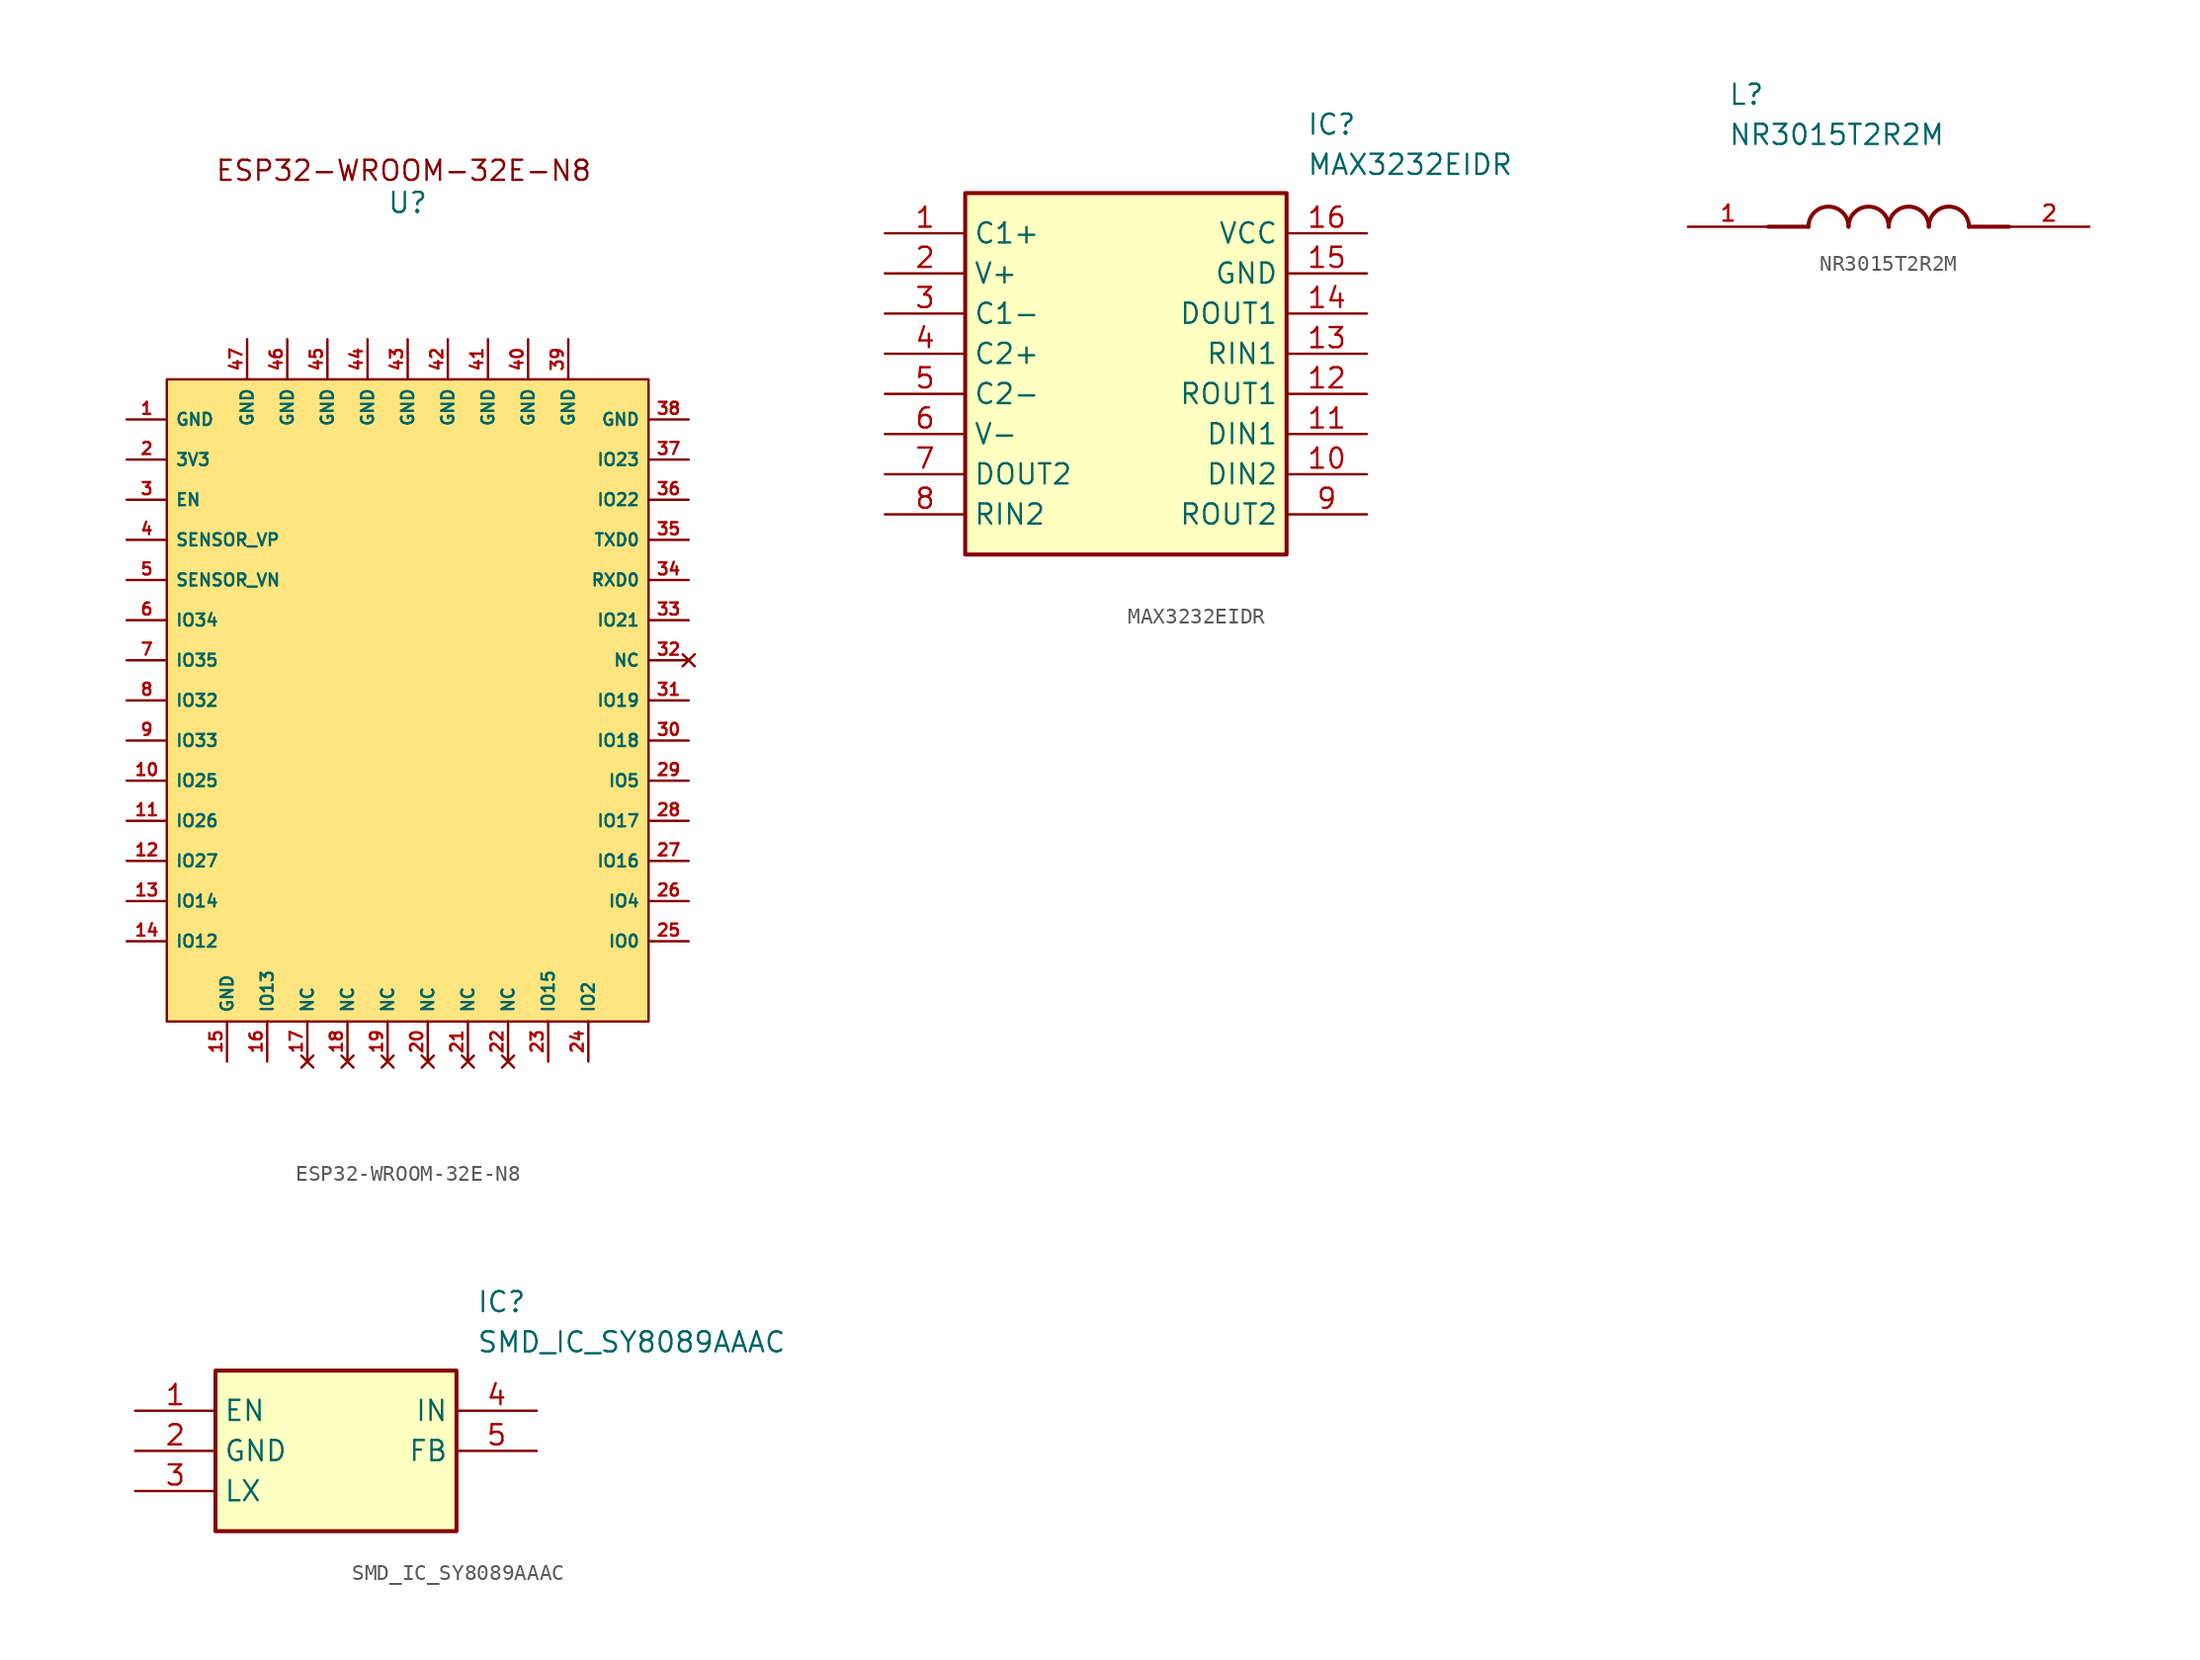
<source format=kicad_sym>
(kicad_symbol_lib
  (version 20231120)
  (generator "kicad_symbol_editor")
  (generator_version "8.0")
  (symbol "ESP32-WROOM-32E-N8"
    (property "Reference" "U"
      (at 1.27 9.906 0)
      (effects (font (size 1.27 1.27))))
    (property "Value" ""
      (at -1.27 0 0)
      (effects (font (size 1.27 1.27))))
    (symbol "ESP32-WROOM-32E-N8_1_1"
      (rectangle (start -13.97 -1.27) (end 16.51 -41.91) (stroke (width 0) (type default)) (fill (type color) (color 255 229 128 1)))
      (text "ESP32-WROOM-32E-N8" (at 1.016 11.938 0) (effects (font (size 1.27 1.27))))
      (pin power_in line (at -16.51 -3.81 0) (length 2.54) (name "GND" (effects (font (size 0.762 0.762)))) (number "1" (effects (font (size 0.762 0.762)))))
      (pin bidirectional line (at -16.51 -26.67 0) (length 2.54) (name "IO25" (effects (font (size 0.762 0.762)))) (number "10" (effects (font (size 0.762 0.762)))))
      (pin bidirectional line (at -16.51 -29.21 0) (length 2.54) (name "IO26" (effects (font (size 0.762 0.762)))) (number "11" (effects (font (size 0.762 0.762)))))
      (pin bidirectional line (at -16.51 -31.75 0) (length 2.54) (name "IO27" (effects (font (size 0.762 0.762)))) (number "12" (effects (font (size 0.762 0.762)))))
      (pin bidirectional line (at -16.51 -34.29 0) (length 2.54) (name "IO14" (effects (font (size 0.762 0.762)))) (number "13" (effects (font (size 0.762 0.762)))))
      (pin bidirectional line (at -16.51 -36.83 0) (length 2.54) (name "IO12" (effects (font (size 0.762 0.762)))) (number "14" (effects (font (size 0.762 0.762)))))
      (pin power_in line (at -10.16 -44.45 90) (length 2.54) (name "GND" (effects (font (size 0.762 0.762)))) (number "15" (effects (font (size 0.762 0.762)))))
      (pin bidirectional line (at -7.62 -44.45 90) (length 2.54) (name "IO13" (effects (font (size 0.762 0.762)))) (number "16" (effects (font (size 0.762 0.762)))))
      (pin no_connect line (at -5.08 -44.45 90) (length 2.54) (name "NC" (effects (font (size 0.762 0.762)))) (number "17" (effects (font (size 0.762 0.762)))))
      (pin no_connect line (at -2.54 -44.45 90) (length 2.54) (name "NC" (effects (font (size 0.762 0.762)))) (number "18" (effects (font (size 0.762 0.762)))))
      (pin no_connect line (at 0 -44.45 90) (length 2.54) (name "NC" (effects (font (size 0.762 0.762)))) (number "19" (effects (font (size 0.762 0.762)))))
      (pin power_in line (at -16.51 -6.35 0) (length 2.54) (name "3V3" (effects (font (size 0.762 0.762)))) (number "2" (effects (font (size 0.762 0.762)))))
      (pin no_connect line (at 2.54 -44.45 90) (length 2.54) (name "NC" (effects (font (size 0.762 0.762)))) (number "20" (effects (font (size 0.762 0.762)))))
      (pin no_connect line (at 5.08 -44.45 90) (length 2.54) (name "NC" (effects (font (size 0.762 0.762)))) (number "21" (effects (font (size 0.762 0.762)))))
      (pin no_connect line (at 7.62 -44.45 90) (length 2.54) (name "NC" (effects (font (size 0.762 0.762)))) (number "22" (effects (font (size 0.762 0.762)))))
      (pin bidirectional line (at 10.16 -44.45 90) (length 2.54) (name "IO15" (effects (font (size 0.762 0.762)))) (number "23" (effects (font (size 0.762 0.762)))))
      (pin bidirectional line (at 12.7 -44.45 90) (length 2.54) (name "IO2" (effects (font (size 0.762 0.762)))) (number "24" (effects (font (size 0.762 0.762)))))
      (pin bidirectional line (at 19.05 -36.83 180) (length 2.54) (name "IO0" (effects (font (size 0.762 0.762)))) (number "25" (effects (font (size 0.762 0.762)))))
      (pin bidirectional line (at 19.05 -34.29 180) (length 2.54) (name "IO4" (effects (font (size 0.762 0.762)))) (number "26" (effects (font (size 0.762 0.762)))))
      (pin bidirectional line (at 19.05 -31.75 180) (length 2.54) (name "IO16" (effects (font (size 0.762 0.762)))) (number "27" (effects (font (size 0.762 0.762)))))
      (pin bidirectional line (at 19.05 -29.21 180) (length 2.54) (name "IO17" (effects (font (size 0.762 0.762)))) (number "28" (effects (font (size 0.762 0.762)))))
      (pin bidirectional line (at 19.05 -26.67 180) (length 2.54) (name "IO5" (effects (font (size 0.762 0.762)))) (number "29" (effects (font (size 0.762 0.762)))))
      (pin input line (at -16.51 -8.89 0) (length 2.54) (name "EN" (effects (font (size 0.762 0.762)))) (number "3" (effects (font (size 0.762 0.762)))))
      (pin bidirectional line (at 19.05 -24.13 180) (length 2.54) (name "IO18" (effects (font (size 0.762 0.762)))) (number "30" (effects (font (size 0.762 0.762)))))
      (pin bidirectional line (at 19.05 -21.59 180) (length 2.54) (name "IO19" (effects (font (size 0.762 0.762)))) (number "31" (effects (font (size 0.762 0.762)))))
      (pin no_connect line (at 19.05 -19.05 180) (length 2.54) (name "NC" (effects (font (size 0.762 0.762)))) (number "32" (effects (font (size 0.762 0.762)))))
      (pin bidirectional line (at 19.05 -16.51 180) (length 2.54) (name "IO21" (effects (font (size 0.762 0.762)))) (number "33" (effects (font (size 0.762 0.762)))))
      (pin bidirectional line (at 19.05 -13.97 180) (length 2.54) (name "RXD0" (effects (font (size 0.762 0.762)))) (number "34" (effects (font (size 0.762 0.762)))))
      (pin bidirectional line (at 19.05 -11.43 180) (length 2.54) (name "TXD0" (effects (font (size 0.762 0.762)))) (number "35" (effects (font (size 0.762 0.762)))))
      (pin bidirectional line (at 19.05 -8.89 180) (length 2.54) (name "IO22" (effects (font (size 0.762 0.762)))) (number "36" (effects (font (size 0.762 0.762)))))
      (pin bidirectional line (at 19.05 -6.35 180) (length 2.54) (name "IO23" (effects (font (size 0.762 0.762)))) (number "37" (effects (font (size 0.762 0.762)))))
      (pin power_in line (at 19.05 -3.81 180) (length 2.54) (name "GND" (effects (font (size 0.762 0.762)))) (number "38" (effects (font (size 0.762 0.762)))))
      (pin power_in line (at 11.43 1.27 270) (length 2.54) (name "GND" (effects (font (size 0.762 0.762)))) (number "39" (effects (font (size 0.762 0.762)))))
      (pin input line (at -16.51 -11.43 0) (length 2.54) (name "SENSOR_VP" (effects (font (size 0.762 0.762)))) (number "4" (effects (font (size 0.762 0.762)))))
      (pin power_in line (at 8.89 1.27 270) (length 2.54) (name "GND" (effects (font (size 0.762 0.762)))) (number "40" (effects (font (size 0.762 0.762)))))
      (pin power_in line (at 6.35 1.27 270) (length 2.54) (name "GND" (effects (font (size 0.762 0.762)))) (number "41" (effects (font (size 0.762 0.762)))))
      (pin power_in line (at 3.81 1.27 270) (length 2.54) (name "GND" (effects (font (size 0.762 0.762)))) (number "42" (effects (font (size 0.762 0.762)))))
      (pin power_in line (at 1.27 1.27 270) (length 2.54) (name "GND" (effects (font (size 0.762 0.762)))) (number "43" (effects (font (size 0.762 0.762)))))
      (pin power_in line (at -1.27 1.27 270) (length 2.54) (name "GND" (effects (font (size 0.762 0.762)))) (number "44" (effects (font (size 0.762 0.762)))))
      (pin power_in line (at -3.81 1.27 270) (length 2.54) (name "GND" (effects (font (size 0.762 0.762)))) (number "45" (effects (font (size 0.762 0.762)))))
      (pin power_in line (at -6.35 1.27 270) (length 2.54) (name "GND" (effects (font (size 0.762 0.762)))) (number "46" (effects (font (size 0.762 0.762)))))
      (pin power_in line (at -8.89 1.27 270) (length 2.54) (name "GND" (effects (font (size 0.762 0.762)))) (number "47" (effects (font (size 0.762 0.762)))))
      (pin input line (at -16.51 -13.97 0) (length 2.54) (name "SENSOR_VN" (effects (font (size 0.762 0.762)))) (number "5" (effects (font (size 0.762 0.762)))))
      (pin input line (at -16.51 -16.51 0) (length 2.54) (name "IO34" (effects (font (size 0.762 0.762)))) (number "6" (effects (font (size 0.762 0.762)))))
      (pin input line (at -16.51 -19.05 0) (length 2.54) (name "IO35" (effects (font (size 0.762 0.762)))) (number "7" (effects (font (size 0.762 0.762)))))
      (pin bidirectional line (at -16.51 -21.59 0) (length 2.54) (name "IO32" (effects (font (size 0.762 0.762)))) (number "8" (effects (font (size 0.762 0.762)))))
      (pin bidirectional line (at -16.51 -24.13 0) (length 2.54) (name "IO33" (effects (font (size 0.762 0.762)))) (number "9" (effects (font (size 0.762 0.762)))))))
  (symbol "MAX3232EIDR"
    (property "Reference" "IC"
      (at 26.67 7.62 0)
      (effects (font (size 1.27 1.27)) (justify left top)))
    (property "Value" "MAX3232EIDR"
      (at 26.67 5.08 0)
      (effects (font (size 1.27 1.27)) (justify left top)))
    (symbol "MAX3232EIDR_1_1"
      (rectangle (start 5.08 2.54) (end 25.4 -20.32) (stroke (width 0.254) (type default)) (fill (type background)))
      (pin passive line (at 0 0 0) (length 5.08) (name "C1+" (effects (font (size 1.27 1.27)))) (number "1" (effects (font (size 1.27 1.27)))))
      (pin passive line (at 30.48 -15.24 180) (length 5.08) (name "DIN2" (effects (font (size 1.27 1.27)))) (number "10" (effects (font (size 1.27 1.27)))))
      (pin passive line (at 30.48 -12.7 180) (length 5.08) (name "DIN1" (effects (font (size 1.27 1.27)))) (number "11" (effects (font (size 1.27 1.27)))))
      (pin passive line (at 30.48 -10.16 180) (length 5.08) (name "ROUT1" (effects (font (size 1.27 1.27)))) (number "12" (effects (font (size 1.27 1.27)))))
      (pin passive line (at 30.48 -7.62 180) (length 5.08) (name "RIN1" (effects (font (size 1.27 1.27)))) (number "13" (effects (font (size 1.27 1.27)))))
      (pin passive line (at 30.48 -5.08 180) (length 5.08) (name "DOUT1" (effects (font (size 1.27 1.27)))) (number "14" (effects (font (size 1.27 1.27)))))
      (pin passive line (at 30.48 -2.54 180) (length 5.08) (name "GND" (effects (font (size 1.27 1.27)))) (number "15" (effects (font (size 1.27 1.27)))))
      (pin passive line (at 30.48 0 180) (length 5.08) (name "VCC" (effects (font (size 1.27 1.27)))) (number "16" (effects (font (size 1.27 1.27)))))
      (pin passive line (at 0 -2.54 0) (length 5.08) (name "V+" (effects (font (size 1.27 1.27)))) (number "2" (effects (font (size 1.27 1.27)))))
      (pin passive line (at 0 -5.08 0) (length 5.08) (name "C1-" (effects (font (size 1.27 1.27)))) (number "3" (effects (font (size 1.27 1.27)))))
      (pin passive line (at 0 -7.62 0) (length 5.08) (name "C2+" (effects (font (size 1.27 1.27)))) (number "4" (effects (font (size 1.27 1.27)))))
      (pin passive line (at 0 -10.16 0) (length 5.08) (name "C2-" (effects (font (size 1.27 1.27)))) (number "5" (effects (font (size 1.27 1.27)))))
      (pin passive line (at 0 -12.7 0) (length 5.08) (name "V-" (effects (font (size 1.27 1.27)))) (number "6" (effects (font (size 1.27 1.27)))))
      (pin passive line (at 0 -15.24 0) (length 5.08) (name "DOUT2" (effects (font (size 1.27 1.27)))) (number "7" (effects (font (size 1.27 1.27)))))
      (pin passive line (at 0 -17.78 0) (length 5.08) (name "RIN2" (effects (font (size 1.27 1.27)))) (number "8" (effects (font (size 1.27 1.27)))))
      (pin passive line (at 30.48 -17.78 180) (length 5.08) (name "ROUT2" (effects (font (size 1.27 1.27)))) (number "9" (effects (font (size 1.27 1.27)))))))
  (symbol "NR3015T2R2M"
    (pin_names
      (offset 1.016))
    (property "Reference" "L"
      (at -10.16 7.62 0)
      (effects (font (size 1.27 1.27)) (justify left bottom)))
    (property "Value" "NR3015T2R2M"
      (at -10.16 5.08 0)
      (effects (font (size 1.27 1.27)) (justify left bottom)))
    (symbol "NR3015T2R2M_0_0"
      (arc (start -2.54 0) (mid -3.81 1.2645) (end -5.08 0) (stroke (width 0.254) (type default)) (fill (type none)))
      (arc (start 0 0) (mid -1.27 1.2645) (end -2.54 0) (stroke (width 0.254) (type default)) (fill (type none)))
      (polyline (pts (xy -5.08 0) (xy -7.62 0)) (stroke (width 0.254) (type default)) (fill (type none)))
      (polyline (pts (xy 5.08 0) (xy 7.62 0)) (stroke (width 0.254) (type default)) (fill (type none)))
      (arc (start 2.54 0) (mid 1.27 1.2645) (end 0 0) (stroke (width 0.254) (type default)) (fill (type none)))
      (arc (start 5.08 0) (mid 3.81 1.2645) (end 2.54 0) (stroke (width 0.254) (type default)) (fill (type none)))
      (pin passive line (at -12.7 0 0) (length 5.08) (name "~" (effects (font (size 1.016 1.016)))) (number "1" (effects (font (size 1.016 1.016)))))
      (pin passive line (at 12.7 0 180) (length 5.08) (name "~" (effects (font (size 1.016 1.016)))) (number "2" (effects (font (size 1.016 1.016)))))))
  (symbol "SMD_IC_SY8089AAAC"
    (property "Reference" "IC"
      (at 21.59 7.62 0)
      (effects (font (size 1.27 1.27)) (justify left top)))
    (property "Value" "SMD_IC_SY8089AAAC"
      (at 21.59 5.08 0)
      (effects (font (size 1.27 1.27)) (justify left top)))
    (symbol "SMD_IC_SY8089AAAC_1_1"
      (rectangle (start 5.08 2.54) (end 20.32 -7.62) (stroke (width 0.254) (type default)) (fill (type background)))
      (pin passive line (at 0 0 0) (length 5.08) (name "EN" (effects (font (size 1.27 1.27)))) (number "1" (effects (font (size 1.27 1.27)))))
      (pin passive line (at 0 -2.54 0) (length 5.08) (name "GND" (effects (font (size 1.27 1.27)))) (number "2" (effects (font (size 1.27 1.27)))))
      (pin passive line (at 0 -5.08 0) (length 5.08) (name "LX" (effects (font (size 1.27 1.27)))) (number "3" (effects (font (size 1.27 1.27)))))
      (pin passive line (at 25.4 0 180) (length 5.08) (name "IN" (effects (font (size 1.27 1.27)))) (number "4" (effects (font (size 1.27 1.27)))))
      (pin passive line (at 25.4 -2.54 180) (length 5.08) (name "FB" (effects (font (size 1.27 1.27)))) (number "5" (effects (font (size 1.27 1.27))))))))
</source>
